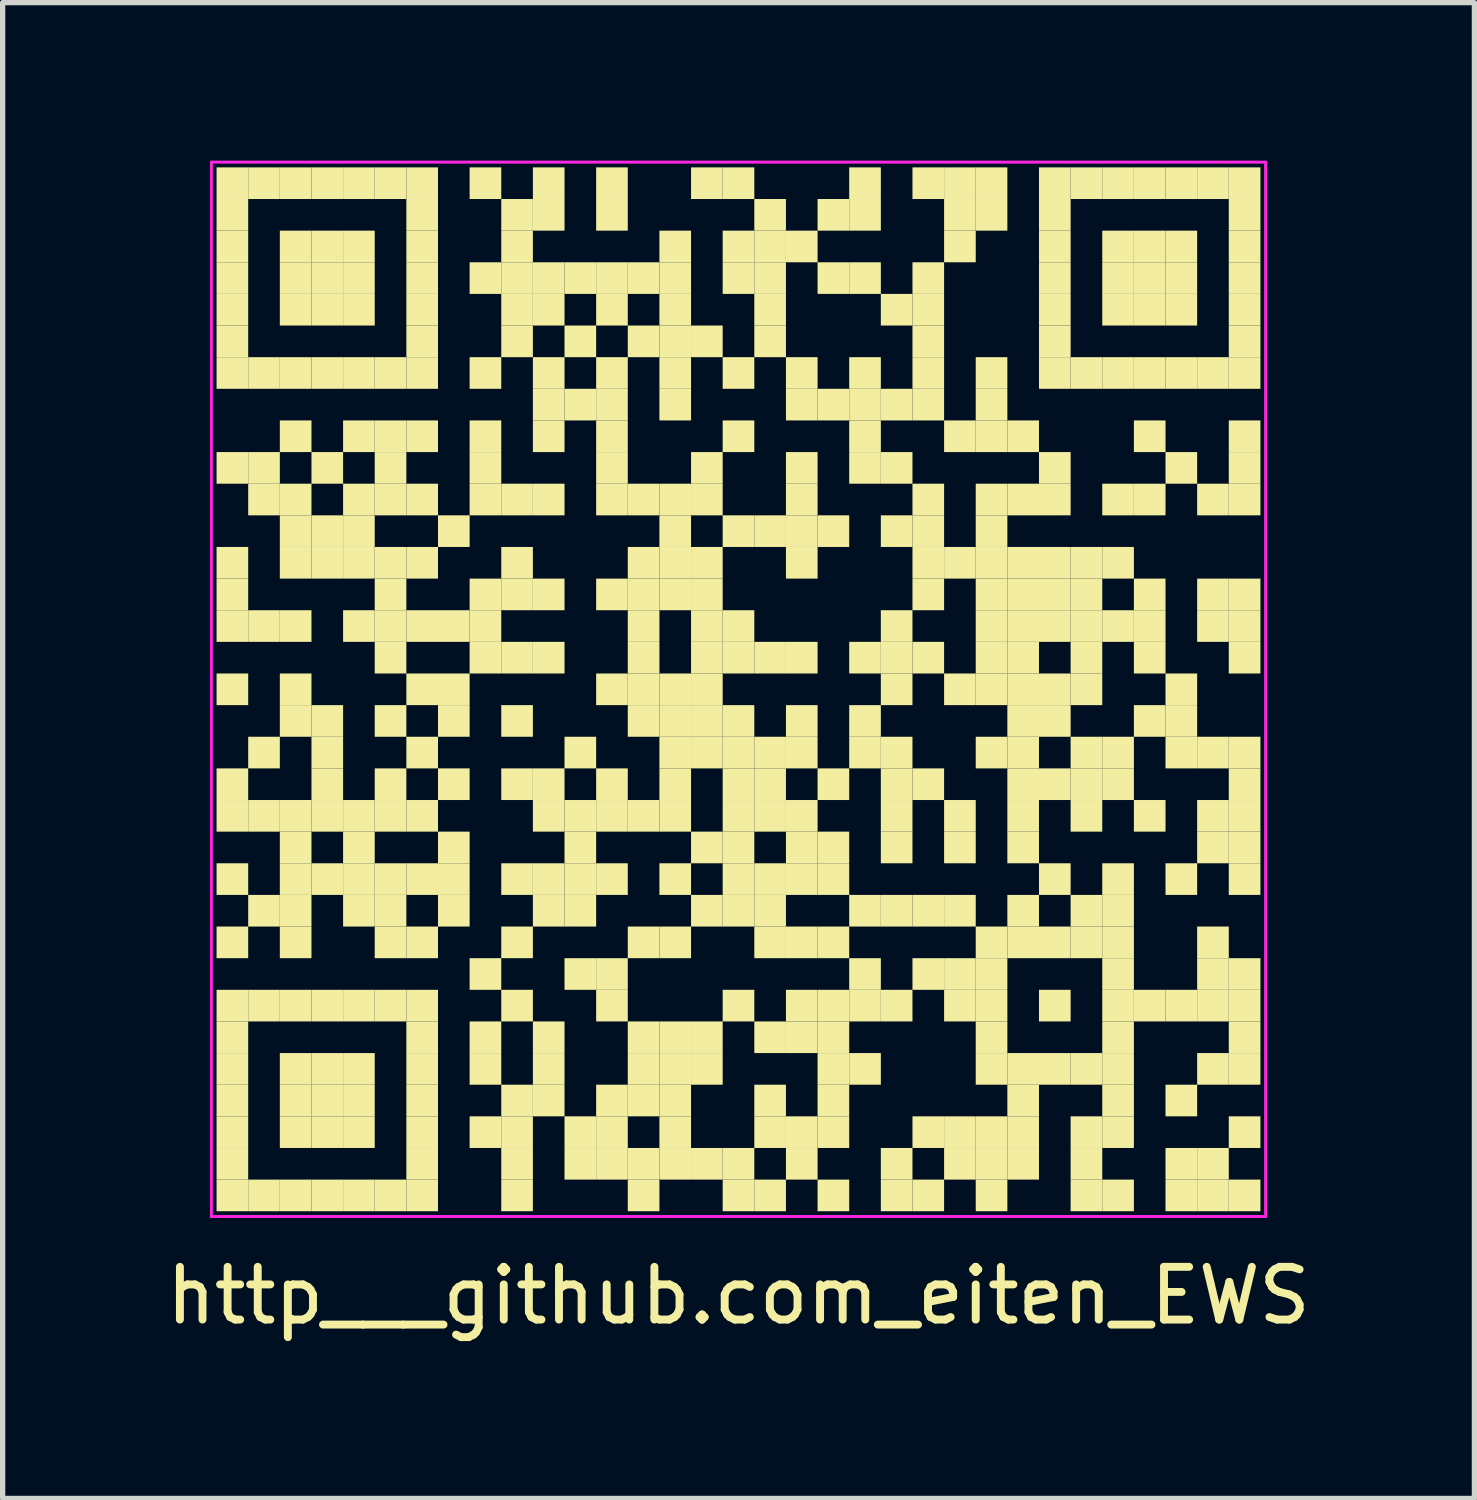
<source format=kicad_pcb>
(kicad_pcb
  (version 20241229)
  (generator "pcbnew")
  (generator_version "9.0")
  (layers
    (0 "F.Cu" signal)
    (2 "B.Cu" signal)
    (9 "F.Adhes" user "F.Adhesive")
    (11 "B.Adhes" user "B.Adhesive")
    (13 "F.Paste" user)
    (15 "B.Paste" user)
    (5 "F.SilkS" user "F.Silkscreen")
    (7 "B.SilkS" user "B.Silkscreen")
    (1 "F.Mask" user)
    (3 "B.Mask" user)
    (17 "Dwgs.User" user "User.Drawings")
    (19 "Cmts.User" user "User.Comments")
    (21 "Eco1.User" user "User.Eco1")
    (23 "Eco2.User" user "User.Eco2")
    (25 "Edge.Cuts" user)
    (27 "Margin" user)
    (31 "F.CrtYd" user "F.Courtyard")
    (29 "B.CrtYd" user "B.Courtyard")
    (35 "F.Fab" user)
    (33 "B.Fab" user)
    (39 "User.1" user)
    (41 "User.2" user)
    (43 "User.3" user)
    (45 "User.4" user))
  (footprint "http___github.com_eiten_EWS"
    (layer "F.Cu")
    (at 10.958 10.025)
    (property "Reference" "http___github.com_eiten_EWS" (at 0 11.5 0) (layer "F.SilkS") (effects (font (size 1 1) (thickness 0.15))))
    (fp_rect (start -9.9 -9.9) (end -9.3 -9.3) (stroke (width 0) (type default)) (fill yes) (layer "F.SilkS"))
    (fp_rect (start -9.9 -9.3) (end -9.3 -8.7) (stroke (width 0) (type default)) (fill yes) (layer "F.SilkS"))
    (fp_rect (start -9.9 -8.7) (end -9.3 -8.1) (stroke (width 0) (type default)) (fill yes) (layer "F.SilkS"))
    (fp_rect (start -9.9 -8.1) (end -9.3 -7.5) (stroke (width 0) (type default)) (fill yes) (layer "F.SilkS"))
    (fp_rect (start -9.9 -7.5) (end -9.3 -6.9) (stroke (width 0) (type default)) (fill yes) (layer "F.SilkS"))
    (fp_rect (start -9.9 -6.9) (end -9.3 -6.3) (stroke (width 0) (type default)) (fill yes) (layer "F.SilkS"))
    (fp_rect (start -9.9 -6.3) (end -9.3 -5.7) (stroke (width 0) (type default)) (fill yes) (layer "F.SilkS"))
    (fp_rect (start -9.9 -4.5) (end -9.3 -3.9) (stroke (width 0) (type default)) (fill yes) (layer "F.SilkS"))
    (fp_rect (start -9.9 -2.7) (end -9.3 -2.1) (stroke (width 0) (type default)) (fill yes) (layer "F.SilkS"))
    (fp_rect (start -9.9 -2.1) (end -9.3 -1.5) (stroke (width 0) (type default)) (fill yes) (layer "F.SilkS"))
    (fp_rect (start -9.9 -1.5) (end -9.3 -0.9) (stroke (width 0) (type default)) (fill yes) (layer "F.SilkS"))
    (fp_rect (start -9.9 -0.3) (end -9.3 0.3) (stroke (width 0) (type default)) (fill yes) (layer "F.SilkS"))
    (fp_rect (start -9.9 1.5) (end -9.3 2.1) (stroke (width 0) (type default)) (fill yes) (layer "F.SilkS"))
    (fp_rect (start -9.9 2.1) (end -9.3 2.7) (stroke (width 0) (type default)) (fill yes) (layer "F.SilkS"))
    (fp_rect (start -9.9 3.3) (end -9.3 3.9) (stroke (width 0) (type default)) (fill yes) (layer "F.SilkS"))
    (fp_rect (start -9.9 4.5) (end -9.3 5.1) (stroke (width 0) (type default)) (fill yes) (layer "F.SilkS"))
    (fp_rect (start -9.9 5.7) (end -9.3 6.3) (stroke (width 0) (type default)) (fill yes) (layer "F.SilkS"))
    (fp_rect (start -9.9 6.3) (end -9.3 6.9) (stroke (width 0) (type default)) (fill yes) (layer "F.SilkS"))
    (fp_rect (start -9.9 6.9) (end -9.3 7.5) (stroke (width 0) (type default)) (fill yes) (layer "F.SilkS"))
    (fp_rect (start -9.9 7.5) (end -9.3 8.1) (stroke (width 0) (type default)) (fill yes) (layer "F.SilkS"))
    (fp_rect (start -9.9 8.1) (end -9.3 8.7) (stroke (width 0) (type default)) (fill yes) (layer "F.SilkS"))
    (fp_rect (start -9.9 8.7) (end -9.3 9.3) (stroke (width 0) (type default)) (fill yes) (layer "F.SilkS"))
    (fp_rect (start -9.9 9.3) (end -9.3 9.9) (stroke (width 0) (type default)) (fill yes) (layer "F.SilkS"))
    (fp_rect (start -9.3 -9.9) (end -8.7 -9.3) (stroke (width 0) (type default)) (fill yes) (layer "F.SilkS"))
    (fp_rect (start -9.3 -6.3) (end -8.7 -5.7) (stroke (width 0) (type default)) (fill yes) (layer "F.SilkS"))
    (fp_rect (start -9.3 -4.5) (end -8.7 -3.9) (stroke (width 0) (type default)) (fill yes) (layer "F.SilkS"))
    (fp_rect (start -9.3 -3.9) (end -8.7 -3.3) (stroke (width 0) (type default)) (fill yes) (layer "F.SilkS"))
    (fp_rect (start -9.3 -1.5) (end -8.7 -0.9) (stroke (width 0) (type default)) (fill yes) (layer "F.SilkS"))
    (fp_rect (start -9.3 0.9) (end -8.7 1.5) (stroke (width 0) (type default)) (fill yes) (layer "F.SilkS"))
    (fp_rect (start -9.3 2.1) (end -8.7 2.7) (stroke (width 0) (type default)) (fill yes) (layer "F.SilkS"))
    (fp_rect (start -9.3 3.9) (end -8.7 4.5) (stroke (width 0) (type default)) (fill yes) (layer "F.SilkS"))
    (fp_rect (start -9.3 5.7) (end -8.7 6.3) (stroke (width 0) (type default)) (fill yes) (layer "F.SilkS"))
    (fp_rect (start -9.3 9.3) (end -8.7 9.9) (stroke (width 0) (type default)) (fill yes) (layer "F.SilkS"))
    (fp_rect (start -8.7 -9.9) (end -8.1 -9.3) (stroke (width 0) (type default)) (fill yes) (layer "F.SilkS"))
    (fp_rect (start -8.7 -8.7) (end -8.1 -8.1) (stroke (width 0) (type default)) (fill yes) (layer "F.SilkS"))
    (fp_rect (start -8.7 -8.1) (end -8.1 -7.5) (stroke (width 0) (type default)) (fill yes) (layer "F.SilkS"))
    (fp_rect (start -8.7 -7.5) (end -8.1 -6.9) (stroke (width 0) (type default)) (fill yes) (layer "F.SilkS"))
    (fp_rect (start -8.7 -6.3) (end -8.1 -5.7) (stroke (width 0) (type default)) (fill yes) (layer "F.SilkS"))
    (fp_rect (start -8.7 -5.1) (end -8.1 -4.5) (stroke (width 0) (type default)) (fill yes) (layer "F.SilkS"))
    (fp_rect (start -8.7 -3.9) (end -8.1 -3.3) (stroke (width 0) (type default)) (fill yes) (layer "F.SilkS"))
    (fp_rect (start -8.7 -3.3) (end -8.1 -2.7) (stroke (width 0) (type default)) (fill yes) (layer "F.SilkS"))
    (fp_rect (start -8.7 -2.7) (end -8.1 -2.1) (stroke (width 0) (type default)) (fill yes) (layer "F.SilkS"))
    (fp_rect (start -8.7 -1.5) (end -8.1 -0.9) (stroke (width 0) (type default)) (fill yes) (layer "F.SilkS"))
    (fp_rect (start -8.7 -0.3) (end -8.1 0.3) (stroke (width 0) (type default)) (fill yes) (layer "F.SilkS"))
    (fp_rect (start -8.7 0.3) (end -8.1 0.9) (stroke (width 0) (type default)) (fill yes) (layer "F.SilkS"))
    (fp_rect (start -8.7 2.1) (end -8.1 2.7) (stroke (width 0) (type default)) (fill yes) (layer "F.SilkS"))
    (fp_rect (start -8.7 2.7) (end -8.1 3.3) (stroke (width 0) (type default)) (fill yes) (layer "F.SilkS"))
    (fp_rect (start -8.7 3.3) (end -8.1 3.9) (stroke (width 0) (type default)) (fill yes) (layer "F.SilkS"))
    (fp_rect (start -8.7 3.9) (end -8.1 4.5) (stroke (width 0) (type default)) (fill yes) (layer "F.SilkS"))
    (fp_rect (start -8.7 4.5) (end -8.1 5.1) (stroke (width 0) (type default)) (fill yes) (layer "F.SilkS"))
    (fp_rect (start -8.7 5.7) (end -8.1 6.3) (stroke (width 0) (type default)) (fill yes) (layer "F.SilkS"))
    (fp_rect (start -8.7 6.9) (end -8.1 7.5) (stroke (width 0) (type default)) (fill yes) (layer "F.SilkS"))
    (fp_rect (start -8.7 7.5) (end -8.1 8.1) (stroke (width 0) (type default)) (fill yes) (layer "F.SilkS"))
    (fp_rect (start -8.7 8.1) (end -8.1 8.7) (stroke (width 0) (type default)) (fill yes) (layer "F.SilkS"))
    (fp_rect (start -8.7 9.3) (end -8.1 9.9) (stroke (width 0) (type default)) (fill yes) (layer "F.SilkS"))
    (fp_rect (start -8.1 -9.9) (end -7.5 -9.3) (stroke (width 0) (type default)) (fill yes) (layer "F.SilkS"))
    (fp_rect (start -8.1 -8.7) (end -7.5 -8.1) (stroke (width 0) (type default)) (fill yes) (layer "F.SilkS"))
    (fp_rect (start -8.1 -8.1) (end -7.5 -7.5) (stroke (width 0) (type default)) (fill yes) (layer "F.SilkS"))
    (fp_rect (start -8.1 -7.5) (end -7.5 -6.9) (stroke (width 0) (type default)) (fill yes) (layer "F.SilkS"))
    (fp_rect (start -8.1 -6.3) (end -7.5 -5.7) (stroke (width 0) (type default)) (fill yes) (layer "F.SilkS"))
    (fp_rect (start -8.1 -4.5) (end -7.5 -3.9) (stroke (width 0) (type default)) (fill yes) (layer "F.SilkS"))
    (fp_rect (start -8.1 -3.3) (end -7.5 -2.7) (stroke (width 0) (type default)) (fill yes) (layer "F.SilkS"))
    (fp_rect (start -8.1 -2.7) (end -7.5 -2.1) (stroke (width 0) (type default)) (fill yes) (layer "F.SilkS"))
    (fp_rect (start -8.1 0.3) (end -7.5 0.9) (stroke (width 0) (type default)) (fill yes) (layer "F.SilkS"))
    (fp_rect (start -8.1 0.9) (end -7.5 1.5) (stroke (width 0) (type default)) (fill yes) (layer "F.SilkS"))
    (fp_rect (start -8.1 1.5) (end -7.5 2.1) (stroke (width 0) (type default)) (fill yes) (layer "F.SilkS"))
    (fp_rect (start -8.1 2.1) (end -7.5 2.7) (stroke (width 0) (type default)) (fill yes) (layer "F.SilkS"))
    (fp_rect (start -8.1 3.3) (end -7.5 3.9) (stroke (width 0) (type default)) (fill yes) (layer "F.SilkS"))
    (fp_rect (start -8.1 5.7) (end -7.5 6.3) (stroke (width 0) (type default)) (fill yes) (layer "F.SilkS"))
    (fp_rect (start -8.1 6.9) (end -7.5 7.5) (stroke (width 0) (type default)) (fill yes) (layer "F.SilkS"))
    (fp_rect (start -8.1 7.5) (end -7.5 8.1) (stroke (width 0) (type default)) (fill yes) (layer "F.SilkS"))
    (fp_rect (start -8.1 8.1) (end -7.5 8.7) (stroke (width 0) (type default)) (fill yes) (layer "F.SilkS"))
    (fp_rect (start -8.1 9.3) (end -7.5 9.9) (stroke (width 0) (type default)) (fill yes) (layer "F.SilkS"))
    (fp_rect (start -7.5 -9.9) (end -6.9 -9.3) (stroke (width 0) (type default)) (fill yes) (layer "F.SilkS"))
    (fp_rect (start -7.5 -8.7) (end -6.9 -8.1) (stroke (width 0) (type default)) (fill yes) (layer "F.SilkS"))
    (fp_rect (start -7.5 -8.1) (end -6.9 -7.5) (stroke (width 0) (type default)) (fill yes) (layer "F.SilkS"))
    (fp_rect (start -7.5 -7.5) (end -6.9 -6.9) (stroke (width 0) (type default)) (fill yes) (layer "F.SilkS"))
    (fp_rect (start -7.5 -6.3) (end -6.9 -5.7) (stroke (width 0) (type default)) (fill yes) (layer "F.SilkS"))
    (fp_rect (start -7.5 -5.1) (end -6.9 -4.5) (stroke (width 0) (type default)) (fill yes) (layer "F.SilkS"))
    (fp_rect (start -7.5 -3.9) (end -6.9 -3.3) (stroke (width 0) (type default)) (fill yes) (layer "F.SilkS"))
    (fp_rect (start -7.5 -3.3) (end -6.9 -2.7) (stroke (width 0) (type default)) (fill yes) (layer "F.SilkS"))
    (fp_rect (start -7.5 -2.7) (end -6.9 -2.1) (stroke (width 0) (type default)) (fill yes) (layer "F.SilkS"))
    (fp_rect (start -7.5 -1.5) (end -6.9 -0.9) (stroke (width 0) (type default)) (fill yes) (layer "F.SilkS"))
    (fp_rect (start -7.5 2.1) (end -6.9 2.7) (stroke (width 0) (type default)) (fill yes) (layer "F.SilkS"))
    (fp_rect (start -7.5 2.7) (end -6.9 3.3) (stroke (width 0) (type default)) (fill yes) (layer "F.SilkS"))
    (fp_rect (start -7.5 3.3) (end -6.9 3.9) (stroke (width 0) (type default)) (fill yes) (layer "F.SilkS"))
    (fp_rect (start -7.5 3.9) (end -6.9 4.5) (stroke (width 0) (type default)) (fill yes) (layer "F.SilkS"))
    (fp_rect (start -7.5 5.7) (end -6.9 6.3) (stroke (width 0) (type default)) (fill yes) (layer "F.SilkS"))
    (fp_rect (start -7.5 6.9) (end -6.9 7.5) (stroke (width 0) (type default)) (fill yes) (layer "F.SilkS"))
    (fp_rect (start -7.5 7.5) (end -6.9 8.1) (stroke (width 0) (type default)) (fill yes) (layer "F.SilkS"))
    (fp_rect (start -7.5 8.1) (end -6.9 8.7) (stroke (width 0) (type default)) (fill yes) (layer "F.SilkS"))
    (fp_rect (start -7.5 9.3) (end -6.9 9.9) (stroke (width 0) (type default)) (fill yes) (layer "F.SilkS"))
    (fp_rect (start -6.9 -9.9) (end -6.3 -9.3) (stroke (width 0) (type default)) (fill yes) (layer "F.SilkS"))
    (fp_rect (start -6.9 -6.3) (end -6.3 -5.7) (stroke (width 0) (type default)) (fill yes) (layer "F.SilkS"))
    (fp_rect (start -6.9 -5.1) (end -6.3 -4.5) (stroke (width 0) (type default)) (fill yes) (layer "F.SilkS"))
    (fp_rect (start -6.9 -4.5) (end -6.3 -3.9) (stroke (width 0) (type default)) (fill yes) (layer "F.SilkS"))
    (fp_rect (start -6.9 -3.9) (end -6.3 -3.3) (stroke (width 0) (type default)) (fill yes) (layer "F.SilkS"))
    (fp_rect (start -6.9 -2.7) (end -6.3 -2.1) (stroke (width 0) (type default)) (fill yes) (layer "F.SilkS"))
    (fp_rect (start -6.9 -2.1) (end -6.3 -1.5) (stroke (width 0) (type default)) (fill yes) (layer "F.SilkS"))
    (fp_rect (start -6.9 -1.5) (end -6.3 -0.9) (stroke (width 0) (type default)) (fill yes) (layer "F.SilkS"))
    (fp_rect (start -6.9 -0.9) (end -6.3 -0.3) (stroke (width 0) (type default)) (fill yes) (layer "F.SilkS"))
    (fp_rect (start -6.9 0.3) (end -6.3 0.9) (stroke (width 0) (type default)) (fill yes) (layer "F.SilkS"))
    (fp_rect (start -6.9 1.5) (end -6.3 2.1) (stroke (width 0) (type default)) (fill yes) (layer "F.SilkS"))
    (fp_rect (start -6.9 2.1) (end -6.3 2.7) (stroke (width 0) (type default)) (fill yes) (layer "F.SilkS"))
    (fp_rect (start -6.9 3.3) (end -6.3 3.9) (stroke (width 0) (type default)) (fill yes) (layer "F.SilkS"))
    (fp_rect (start -6.9 3.9) (end -6.3 4.5) (stroke (width 0) (type default)) (fill yes) (layer "F.SilkS"))
    (fp_rect (start -6.9 4.5) (end -6.3 5.1) (stroke (width 0) (type default)) (fill yes) (layer "F.SilkS"))
    (fp_rect (start -6.9 5.7) (end -6.3 6.3) (stroke (width 0) (type default)) (fill yes) (layer "F.SilkS"))
    (fp_rect (start -6.9 9.3) (end -6.3 9.9) (stroke (width 0) (type default)) (fill yes) (layer "F.SilkS"))
    (fp_rect (start -6.3 -9.9) (end -5.7 -9.3) (stroke (width 0) (type default)) (fill yes) (layer "F.SilkS"))
    (fp_rect (start -6.3 -9.3) (end -5.7 -8.7) (stroke (width 0) (type default)) (fill yes) (layer "F.SilkS"))
    (fp_rect (start -6.3 -8.7) (end -5.7 -8.1) (stroke (width 0) (type default)) (fill yes) (layer "F.SilkS"))
    (fp_rect (start -6.3 -8.1) (end -5.7 -7.5) (stroke (width 0) (type default)) (fill yes) (layer "F.SilkS"))
    (fp_rect (start -6.3 -7.5) (end -5.7 -6.9) (stroke (width 0) (type default)) (fill yes) (layer "F.SilkS"))
    (fp_rect (start -6.3 -6.9) (end -5.7 -6.3) (stroke (width 0) (type default)) (fill yes) (layer "F.SilkS"))
    (fp_rect (start -6.3 -6.3) (end -5.7 -5.7) (stroke (width 0) (type default)) (fill yes) (layer "F.SilkS"))
    (fp_rect (start -6.3 -5.1) (end -5.7 -4.5) (stroke (width 0) (type default)) (fill yes) (layer "F.SilkS"))
    (fp_rect (start -6.3 -3.9) (end -5.7 -3.3) (stroke (width 0) (type default)) (fill yes) (layer "F.SilkS"))
    (fp_rect (start -6.3 -2.7) (end -5.7 -2.1) (stroke (width 0) (type default)) (fill yes) (layer "F.SilkS"))
    (fp_rect (start -6.3 -1.5) (end -5.7 -0.9) (stroke (width 0) (type default)) (fill yes) (layer "F.SilkS"))
    (fp_rect (start -6.3 -0.3) (end -5.7 0.3) (stroke (width 0) (type default)) (fill yes) (layer "F.SilkS"))
    (fp_rect (start -6.3 0.9) (end -5.7 1.5) (stroke (width 0) (type default)) (fill yes) (layer "F.SilkS"))
    (fp_rect (start -6.3 2.1) (end -5.7 2.7) (stroke (width 0) (type default)) (fill yes) (layer "F.SilkS"))
    (fp_rect (start -6.3 3.3) (end -5.7 3.9) (stroke (width 0) (type default)) (fill yes) (layer "F.SilkS"))
    (fp_rect (start -6.3 4.5) (end -5.7 5.1) (stroke (width 0) (type default)) (fill yes) (layer "F.SilkS"))
    (fp_rect (start -6.3 5.7) (end -5.7 6.3) (stroke (width 0) (type default)) (fill yes) (layer "F.SilkS"))
    (fp_rect (start -6.3 6.3) (end -5.7 6.9) (stroke (width 0) (type default)) (fill yes) (layer "F.SilkS"))
    (fp_rect (start -6.3 6.9) (end -5.7 7.5) (stroke (width 0) (type default)) (fill yes) (layer "F.SilkS"))
    (fp_rect (start -6.3 7.5) (end -5.7 8.1) (stroke (width 0) (type default)) (fill yes) (layer "F.SilkS"))
    (fp_rect (start -6.3 8.1) (end -5.7 8.7) (stroke (width 0) (type default)) (fill yes) (layer "F.SilkS"))
    (fp_rect (start -6.3 8.7) (end -5.7 9.3) (stroke (width 0) (type default)) (fill yes) (layer "F.SilkS"))
    (fp_rect (start -6.3 9.3) (end -5.7 9.9) (stroke (width 0) (type default)) (fill yes) (layer "F.SilkS"))
    (fp_rect (start -5.7 -3.3) (end -5.1 -2.7) (stroke (width 0) (type default)) (fill yes) (layer "F.SilkS"))
    (fp_rect (start -5.7 -1.5) (end -5.1 -0.9) (stroke (width 0) (type default)) (fill yes) (layer "F.SilkS"))
    (fp_rect (start -5.7 -0.3) (end -5.1 0.3) (stroke (width 0) (type default)) (fill yes) (layer "F.SilkS"))
    (fp_rect (start -5.7 0.3) (end -5.1 0.9) (stroke (width 0) (type default)) (fill yes) (layer "F.SilkS"))
    (fp_rect (start -5.7 1.5) (end -5.1 2.1) (stroke (width 0) (type default)) (fill yes) (layer "F.SilkS"))
    (fp_rect (start -5.7 2.7) (end -5.1 3.3) (stroke (width 0) (type default)) (fill yes) (layer "F.SilkS"))
    (fp_rect (start -5.7 3.3) (end -5.1 3.9) (stroke (width 0) (type default)) (fill yes) (layer "F.SilkS"))
    (fp_rect (start -5.7 3.9) (end -5.1 4.5) (stroke (width 0) (type default)) (fill yes) (layer "F.SilkS"))
    (fp_rect (start -5.1 -9.9) (end -4.5 -9.3) (stroke (width 0) (type default)) (fill yes) (layer "F.SilkS"))
    (fp_rect (start -5.1 -8.1) (end -4.5 -7.5) (stroke (width 0) (type default)) (fill yes) (layer "F.SilkS"))
    (fp_rect (start -5.1 -6.3) (end -4.5 -5.7) (stroke (width 0) (type default)) (fill yes) (layer "F.SilkS"))
    (fp_rect (start -5.1 -5.1) (end -4.5 -4.5) (stroke (width 0) (type default)) (fill yes) (layer "F.SilkS"))
    (fp_rect (start -5.1 -4.5) (end -4.5 -3.9) (stroke (width 0) (type default)) (fill yes) (layer "F.SilkS"))
    (fp_rect (start -5.1 -3.9) (end -4.5 -3.3) (stroke (width 0) (type default)) (fill yes) (layer "F.SilkS"))
    (fp_rect (start -5.1 -2.1) (end -4.5 -1.5) (stroke (width 0) (type default)) (fill yes) (layer "F.SilkS"))
    (fp_rect (start -5.1 -1.5) (end -4.5 -0.9) (stroke (width 0) (type default)) (fill yes) (layer "F.SilkS"))
    (fp_rect (start -5.1 -0.9) (end -4.5 -0.3) (stroke (width 0) (type default)) (fill yes) (layer "F.SilkS"))
    (fp_rect (start -5.1 5.1) (end -4.5 5.7) (stroke (width 0) (type default)) (fill yes) (layer "F.SilkS"))
    (fp_rect (start -5.1 6.3) (end -4.5 6.9) (stroke (width 0) (type default)) (fill yes) (layer "F.SilkS"))
    (fp_rect (start -5.1 6.9) (end -4.5 7.5) (stroke (width 0) (type default)) (fill yes) (layer "F.SilkS"))
    (fp_rect (start -5.1 8.1) (end -4.5 8.7) (stroke (width 0) (type default)) (fill yes) (layer "F.SilkS"))
    (fp_rect (start -4.5 -9.3) (end -3.9 -8.7) (stroke (width 0) (type default)) (fill yes) (layer "F.SilkS"))
    (fp_rect (start -4.5 -8.7) (end -3.9 -8.1) (stroke (width 0) (type default)) (fill yes) (layer "F.SilkS"))
    (fp_rect (start -4.5 -8.1) (end -3.9 -7.5) (stroke (width 0) (type default)) (fill yes) (layer "F.SilkS"))
    (fp_rect (start -4.5 -7.5) (end -3.9 -6.9) (stroke (width 0) (type default)) (fill yes) (layer "F.SilkS"))
    (fp_rect (start -4.5 -6.9) (end -3.9 -6.3) (stroke (width 0) (type default)) (fill yes) (layer "F.SilkS"))
    (fp_rect (start -4.5 -3.9) (end -3.9 -3.3) (stroke (width 0) (type default)) (fill yes) (layer "F.SilkS"))
    (fp_rect (start -4.5 -2.7) (end -3.9 -2.1) (stroke (width 0) (type default)) (fill yes) (layer "F.SilkS"))
    (fp_rect (start -4.5 -2.1) (end -3.9 -1.5) (stroke (width 0) (type default)) (fill yes) (layer "F.SilkS"))
    (fp_rect (start -4.5 -0.9) (end -3.9 -0.3) (stroke (width 0) (type default)) (fill yes) (layer "F.SilkS"))
    (fp_rect (start -4.5 0.3) (end -3.9 0.9) (stroke (width 0) (type default)) (fill yes) (layer "F.SilkS"))
    (fp_rect (start -4.5 1.5) (end -3.9 2.1) (stroke (width 0) (type default)) (fill yes) (layer "F.SilkS"))
    (fp_rect (start -4.5 3.3) (end -3.9 3.9) (stroke (width 0) (type default)) (fill yes) (layer "F.SilkS"))
    (fp_rect (start -4.5 4.5) (end -3.9 5.1) (stroke (width 0) (type default)) (fill yes) (layer "F.SilkS"))
    (fp_rect (start -4.5 5.7) (end -3.9 6.3) (stroke (width 0) (type default)) (fill yes) (layer "F.SilkS"))
    (fp_rect (start -4.5 7.5) (end -3.9 8.1) (stroke (width 0) (type default)) (fill yes) (layer "F.SilkS"))
    (fp_rect (start -4.5 8.1) (end -3.9 8.7) (stroke (width 0) (type default)) (fill yes) (layer "F.SilkS"))
    (fp_rect (start -4.5 8.7) (end -3.9 9.3) (stroke (width 0) (type default)) (fill yes) (layer "F.SilkS"))
    (fp_rect (start -4.5 9.3) (end -3.9 9.9) (stroke (width 0) (type default)) (fill yes) (layer "F.SilkS"))
    (fp_rect (start -3.9 -9.9) (end -3.3 -9.3) (stroke (width 0) (type default)) (fill yes) (layer "F.SilkS"))
    (fp_rect (start -3.9 -9.3) (end -3.3 -8.7) (stroke (width 0) (type default)) (fill yes) (layer "F.SilkS"))
    (fp_rect (start -3.9 -8.1) (end -3.3 -7.5) (stroke (width 0) (type default)) (fill yes) (layer "F.SilkS"))
    (fp_rect (start -3.9 -7.5) (end -3.3 -6.9) (stroke (width 0) (type default)) (fill yes) (layer "F.SilkS"))
    (fp_rect (start -3.9 -6.3) (end -3.3 -5.7) (stroke (width 0) (type default)) (fill yes) (layer "F.SilkS"))
    (fp_rect (start -3.9 -5.7) (end -3.3 -5.1) (stroke (width 0) (type default)) (fill yes) (layer "F.SilkS"))
    (fp_rect (start -3.9 -5.1) (end -3.3 -4.5) (stroke (width 0) (type default)) (fill yes) (layer "F.SilkS"))
    (fp_rect (start -3.9 -3.9) (end -3.3 -3.3) (stroke (width 0) (type default)) (fill yes) (layer "F.SilkS"))
    (fp_rect (start -3.9 -2.1) (end -3.3 -1.5) (stroke (width 0) (type default)) (fill yes) (layer "F.SilkS"))
    (fp_rect (start -3.9 -0.9) (end -3.3 -0.3) (stroke (width 0) (type default)) (fill yes) (layer "F.SilkS"))
    (fp_rect (start -3.9 1.5) (end -3.3 2.1) (stroke (width 0) (type default)) (fill yes) (layer "F.SilkS"))
    (fp_rect (start -3.9 2.1) (end -3.3 2.7) (stroke (width 0) (type default)) (fill yes) (layer "F.SilkS"))
    (fp_rect (start -3.9 3.3) (end -3.3 3.9) (stroke (width 0) (type default)) (fill yes) (layer "F.SilkS"))
    (fp_rect (start -3.9 3.9) (end -3.3 4.5) (stroke (width 0) (type default)) (fill yes) (layer "F.SilkS"))
    (fp_rect (start -3.9 6.3) (end -3.3 6.9) (stroke (width 0) (type default)) (fill yes) (layer "F.SilkS"))
    (fp_rect (start -3.9 6.9) (end -3.3 7.5) (stroke (width 0) (type default)) (fill yes) (layer "F.SilkS"))
    (fp_rect (start -3.9 7.5) (end -3.3 8.1) (stroke (width 0) (type default)) (fill yes) (layer "F.SilkS"))
    (fp_rect (start -3.3 -8.1) (end -2.7 -7.5) (stroke (width 0) (type default)) (fill yes) (layer "F.SilkS"))
    (fp_rect (start -3.3 -6.9) (end -2.7 -6.3) (stroke (width 0) (type default)) (fill yes) (layer "F.SilkS"))
    (fp_rect (start -3.3 -5.7) (end -2.7 -5.1) (stroke (width 0) (type default)) (fill yes) (layer "F.SilkS"))
    (fp_rect (start -3.3 0.9) (end -2.7 1.5) (stroke (width 0) (type default)) (fill yes) (layer "F.SilkS"))
    (fp_rect (start -3.3 2.1) (end -2.7 2.7) (stroke (width 0) (type default)) (fill yes) (layer "F.SilkS"))
    (fp_rect (start -3.3 2.7) (end -2.7 3.3) (stroke (width 0) (type default)) (fill yes) (layer "F.SilkS"))
    (fp_rect (start -3.3 3.3) (end -2.7 3.9) (stroke (width 0) (type default)) (fill yes) (layer "F.SilkS"))
    (fp_rect (start -3.3 3.9) (end -2.7 4.5) (stroke (width 0) (type default)) (fill yes) (layer "F.SilkS"))
    (fp_rect (start -3.3 5.1) (end -2.7 5.7) (stroke (width 0) (type default)) (fill yes) (layer "F.SilkS"))
    (fp_rect (start -3.3 8.1) (end -2.7 8.7) (stroke (width 0) (type default)) (fill yes) (layer "F.SilkS"))
    (fp_rect (start -3.3 8.7) (end -2.7 9.3) (stroke (width 0) (type default)) (fill yes) (layer "F.SilkS"))
    (fp_rect (start -2.7 -9.9) (end -2.1 -9.3) (stroke (width 0) (type default)) (fill yes) (layer "F.SilkS"))
    (fp_rect (start -2.7 -9.3) (end -2.1 -8.7) (stroke (width 0) (type default)) (fill yes) (layer "F.SilkS"))
    (fp_rect (start -2.7 -8.1) (end -2.1 -7.5) (stroke (width 0) (type default)) (fill yes) (layer "F.SilkS"))
    (fp_rect (start -2.7 -7.5) (end -2.1 -6.9) (stroke (width 0) (type default)) (fill yes) (layer "F.SilkS"))
    (fp_rect (start -2.7 -6.3) (end -2.1 -5.7) (stroke (width 0) (type default)) (fill yes) (layer "F.SilkS"))
    (fp_rect (start -2.7 -5.7) (end -2.1 -5.1) (stroke (width 0) (type default)) (fill yes) (layer "F.SilkS"))
    (fp_rect (start -2.7 -5.1) (end -2.1 -4.5) (stroke (width 0) (type default)) (fill yes) (layer "F.SilkS"))
    (fp_rect (start -2.7 -4.5) (end -2.1 -3.9) (stroke (width 0) (type default)) (fill yes) (layer "F.SilkS"))
    (fp_rect (start -2.7 -3.9) (end -2.1 -3.3) (stroke (width 0) (type default)) (fill yes) (layer "F.SilkS"))
    (fp_rect (start -2.7 -2.1) (end -2.1 -1.5) (stroke (width 0) (type default)) (fill yes) (layer "F.SilkS"))
    (fp_rect (start -2.7 -0.3) (end -2.1 0.3) (stroke (width 0) (type default)) (fill yes) (layer "F.SilkS"))
    (fp_rect (start -2.7 1.5) (end -2.1 2.1) (stroke (width 0) (type default)) (fill yes) (layer "F.SilkS"))
    (fp_rect (start -2.7 2.1) (end -2.1 2.7) (stroke (width 0) (type default)) (fill yes) (layer "F.SilkS"))
    (fp_rect (start -2.7 3.3) (end -2.1 3.9) (stroke (width 0) (type default)) (fill yes) (layer "F.SilkS"))
    (fp_rect (start -2.7 5.1) (end -2.1 5.7) (stroke (width 0) (type default)) (fill yes) (layer "F.SilkS"))
    (fp_rect (start -2.7 5.7) (end -2.1 6.3) (stroke (width 0) (type default)) (fill yes) (layer "F.SilkS"))
    (fp_rect (start -2.7 7.5) (end -2.1 8.1) (stroke (width 0) (type default)) (fill yes) (layer "F.SilkS"))
    (fp_rect (start -2.7 8.1) (end -2.1 8.7) (stroke (width 0) (type default)) (fill yes) (layer "F.SilkS"))
    (fp_rect (start -2.7 8.7) (end -2.1 9.3) (stroke (width 0) (type default)) (fill yes) (layer "F.SilkS"))
    (fp_rect (start -2.1 -8.1) (end -1.5 -7.5) (stroke (width 0) (type default)) (fill yes) (layer "F.SilkS"))
    (fp_rect (start -2.1 -6.9) (end -1.5 -6.3) (stroke (width 0) (type default)) (fill yes) (layer "F.SilkS"))
    (fp_rect (start -2.1 -3.9) (end -1.5 -3.3) (stroke (width 0) (type default)) (fill yes) (layer "F.SilkS"))
    (fp_rect (start -2.1 -2.7) (end -1.5 -2.1) (stroke (width 0) (type default)) (fill yes) (layer "F.SilkS"))
    (fp_rect (start -2.1 -2.1) (end -1.5 -1.5) (stroke (width 0) (type default)) (fill yes) (layer "F.SilkS"))
    (fp_rect (start -2.1 -1.5) (end -1.5 -0.9) (stroke (width 0) (type default)) (fill yes) (layer "F.SilkS"))
    (fp_rect (start -2.1 -0.9) (end -1.5 -0.3) (stroke (width 0) (type default)) (fill yes) (layer "F.SilkS"))
    (fp_rect (start -2.1 -0.3) (end -1.5 0.3) (stroke (width 0) (type default)) (fill yes) (layer "F.SilkS"))
    (fp_rect (start -2.1 0.3) (end -1.5 0.9) (stroke (width 0) (type default)) (fill yes) (layer "F.SilkS"))
    (fp_rect (start -2.1 2.1) (end -1.5 2.7) (stroke (width 0) (type default)) (fill yes) (layer "F.SilkS"))
    (fp_rect (start -2.1 4.5) (end -1.5 5.1) (stroke (width 0) (type default)) (fill yes) (layer "F.SilkS"))
    (fp_rect (start -2.1 6.3) (end -1.5 6.9) (stroke (width 0) (type default)) (fill yes) (layer "F.SilkS"))
    (fp_rect (start -2.1 6.9) (end -1.5 7.5) (stroke (width 0) (type default)) (fill yes) (layer "F.SilkS"))
    (fp_rect (start -2.1 7.5) (end -1.5 8.1) (stroke (width 0) (type default)) (fill yes) (layer "F.SilkS"))
    (fp_rect (start -2.1 8.7) (end -1.5 9.3) (stroke (width 0) (type default)) (fill yes) (layer "F.SilkS"))
    (fp_rect (start -2.1 9.3) (end -1.5 9.9) (stroke (width 0) (type default)) (fill yes) (layer "F.SilkS"))
    (fp_rect (start -1.5 -8.7) (end -0.9 -8.1) (stroke (width 0) (type default)) (fill yes) (layer "F.SilkS"))
    (fp_rect (start -1.5 -8.1) (end -0.9 -7.5) (stroke (width 0) (type default)) (fill yes) (layer "F.SilkS"))
    (fp_rect (start -1.5 -7.5) (end -0.9 -6.9) (stroke (width 0) (type default)) (fill yes) (layer "F.SilkS"))
    (fp_rect (start -1.5 -6.9) (end -0.9 -6.3) (stroke (width 0) (type default)) (fill yes) (layer "F.SilkS"))
    (fp_rect (start -1.5 -6.3) (end -0.9 -5.7) (stroke (width 0) (type default)) (fill yes) (layer "F.SilkS"))
    (fp_rect (start -1.5 -5.7) (end -0.9 -5.1) (stroke (width 0) (type default)) (fill yes) (layer "F.SilkS"))
    (fp_rect (start -1.5 -3.9) (end -0.9 -3.3) (stroke (width 0) (type default)) (fill yes) (layer "F.SilkS"))
    (fp_rect (start -1.5 -3.3) (end -0.9 -2.7) (stroke (width 0) (type default)) (fill yes) (layer "F.SilkS"))
    (fp_rect (start -1.5 -2.7) (end -0.9 -2.1) (stroke (width 0) (type default)) (fill yes) (layer "F.SilkS"))
    (fp_rect (start -1.5 -2.1) (end -0.9 -1.5) (stroke (width 0) (type default)) (fill yes) (layer "F.SilkS"))
    (fp_rect (start -1.5 -0.3) (end -0.9 0.3) (stroke (width 0) (type default)) (fill yes) (layer "F.SilkS"))
    (fp_rect (start -1.5 0.3) (end -0.9 0.9) (stroke (width 0) (type default)) (fill yes) (layer "F.SilkS"))
    (fp_rect (start -1.5 0.9) (end -0.9 1.5) (stroke (width 0) (type default)) (fill yes) (layer "F.SilkS"))
    (fp_rect (start -1.5 1.5) (end -0.9 2.1) (stroke (width 0) (type default)) (fill yes) (layer "F.SilkS"))
    (fp_rect (start -1.5 2.1) (end -0.9 2.7) (stroke (width 0) (type default)) (fill yes) (layer "F.SilkS"))
    (fp_rect (start -1.5 3.3) (end -0.9 3.9) (stroke (width 0) (type default)) (fill yes) (layer "F.SilkS"))
    (fp_rect (start -1.5 4.5) (end -0.9 5.1) (stroke (width 0) (type default)) (fill yes) (layer "F.SilkS"))
    (fp_rect (start -1.5 6.3) (end -0.9 6.9) (stroke (width 0) (type default)) (fill yes) (layer "F.SilkS"))
    (fp_rect (start -1.5 6.9) (end -0.9 7.5) (stroke (width 0) (type default)) (fill yes) (layer "F.SilkS"))
    (fp_rect (start -1.5 7.5) (end -0.9 8.1) (stroke (width 0) (type default)) (fill yes) (layer "F.SilkS"))
    (fp_rect (start -1.5 8.1) (end -0.9 8.7) (stroke (width 0) (type default)) (fill yes) (layer "F.SilkS"))
    (fp_rect (start -1.5 8.7) (end -0.9 9.3) (stroke (width 0) (type default)) (fill yes) (layer "F.SilkS"))
    (fp_rect (start -0.9 -9.9) (end -0.3 -9.3) (stroke (width 0) (type default)) (fill yes) (layer "F.SilkS"))
    (fp_rect (start -0.9 -6.9) (end -0.3 -6.3) (stroke (width 0) (type default)) (fill yes) (layer "F.SilkS"))
    (fp_rect (start -0.9 -4.5) (end -0.3 -3.9) (stroke (width 0) (type default)) (fill yes) (layer "F.SilkS"))
    (fp_rect (start -0.9 -3.9) (end -0.3 -3.3) (stroke (width 0) (type default)) (fill yes) (layer "F.SilkS"))
    (fp_rect (start -0.9 -2.7) (end -0.3 -2.1) (stroke (width 0) (type default)) (fill yes) (layer "F.SilkS"))
    (fp_rect (start -0.9 -2.1) (end -0.3 -1.5) (stroke (width 0) (type default)) (fill yes) (layer "F.SilkS"))
    (fp_rect (start -0.9 -1.5) (end -0.3 -0.9) (stroke (width 0) (type default)) (fill yes) (layer "F.SilkS"))
    (fp_rect (start -0.9 -0.9) (end -0.3 -0.3) (stroke (width 0) (type default)) (fill yes) (layer "F.SilkS"))
    (fp_rect (start -0.9 -0.3) (end -0.3 0.3) (stroke (width 0) (type default)) (fill yes) (layer "F.SilkS"))
    (fp_rect (start -0.9 0.3) (end -0.3 0.9) (stroke (width 0) (type default)) (fill yes) (layer "F.SilkS"))
    (fp_rect (start -0.9 0.9) (end -0.3 1.5) (stroke (width 0) (type default)) (fill yes) (layer "F.SilkS"))
    (fp_rect (start -0.9 2.7) (end -0.3 3.3) (stroke (width 0) (type default)) (fill yes) (layer "F.SilkS"))
    (fp_rect (start -0.9 3.9) (end -0.3 4.5) (stroke (width 0) (type default)) (fill yes) (layer "F.SilkS"))
    (fp_rect (start -0.9 6.3) (end -0.3 6.9) (stroke (width 0) (type default)) (fill yes) (layer "F.SilkS"))
    (fp_rect (start -0.9 6.9) (end -0.3 7.5) (stroke (width 0) (type default)) (fill yes) (layer "F.SilkS"))
    (fp_rect (start -0.9 8.7) (end -0.3 9.3) (stroke (width 0) (type default)) (fill yes) (layer "F.SilkS"))
    (fp_rect (start -0.3 -9.9) (end 0.3 -9.3) (stroke (width 0) (type default)) (fill yes) (layer "F.SilkS"))
    (fp_rect (start -0.3 -8.7) (end 0.3 -8.1) (stroke (width 0) (type default)) (fill yes) (layer "F.SilkS"))
    (fp_rect (start -0.3 -8.1) (end 0.3 -7.5) (stroke (width 0) (type default)) (fill yes) (layer "F.SilkS"))
    (fp_rect (start -0.3 -6.3) (end 0.3 -5.7) (stroke (width 0) (type default)) (fill yes) (layer "F.SilkS"))
    (fp_rect (start -0.3 -5.1) (end 0.3 -4.5) (stroke (width 0) (type default)) (fill yes) (layer "F.SilkS"))
    (fp_rect (start -0.3 -3.3) (end 0.3 -2.7) (stroke (width 0) (type default)) (fill yes) (layer "F.SilkS"))
    (fp_rect (start -0.3 -1.5) (end 0.3 -0.9) (stroke (width 0) (type default)) (fill yes) (layer "F.SilkS"))
    (fp_rect (start -0.3 -0.9) (end 0.3 -0.3) (stroke (width 0) (type default)) (fill yes) (layer "F.SilkS"))
    (fp_rect (start -0.3 0.3) (end 0.3 0.9) (stroke (width 0) (type default)) (fill yes) (layer "F.SilkS"))
    (fp_rect (start -0.3 0.9) (end 0.3 1.5) (stroke (width 0) (type default)) (fill yes) (layer "F.SilkS"))
    (fp_rect (start -0.3 1.5) (end 0.3 2.1) (stroke (width 0) (type default)) (fill yes) (layer "F.SilkS"))
    (fp_rect (start -0.3 2.1) (end 0.3 2.7) (stroke (width 0) (type default)) (fill yes) (layer "F.SilkS"))
    (fp_rect (start -0.3 2.7) (end 0.3 3.3) (stroke (width 0) (type default)) (fill yes) (layer "F.SilkS"))
    (fp_rect (start -0.3 3.3) (end 0.3 3.9) (stroke (width 0) (type default)) (fill yes) (layer "F.SilkS"))
    (fp_rect (start -0.3 3.9) (end 0.3 4.5) (stroke (width 0) (type default)) (fill yes) (layer "F.SilkS"))
    (fp_rect (start -0.3 5.7) (end 0.3 6.3) (stroke (width 0) (type default)) (fill yes) (layer "F.SilkS"))
    (fp_rect (start -0.3 8.7) (end 0.3 9.3) (stroke (width 0) (type default)) (fill yes) (layer "F.SilkS"))
    (fp_rect (start -0.3 9.3) (end 0.3 9.9) (stroke (width 0) (type default)) (fill yes) (layer "F.SilkS"))
    (fp_rect (start 0.3 -9.3) (end 0.9 -8.7) (stroke (width 0) (type default)) (fill yes) (layer "F.SilkS"))
    (fp_rect (start 0.3 -8.7) (end 0.9 -8.1) (stroke (width 0) (type default)) (fill yes) (layer "F.SilkS"))
    (fp_rect (start 0.3 -8.1) (end 0.9 -7.5) (stroke (width 0) (type default)) (fill yes) (layer "F.SilkS"))
    (fp_rect (start 0.3 -7.5) (end 0.9 -6.9) (stroke (width 0) (type default)) (fill yes) (layer "F.SilkS"))
    (fp_rect (start 0.3 -6.9) (end 0.9 -6.3) (stroke (width 0) (type default)) (fill yes) (layer "F.SilkS"))
    (fp_rect (start 0.3 -3.3) (end 0.9 -2.7) (stroke (width 0) (type default)) (fill yes) (layer "F.SilkS"))
    (fp_rect (start 0.3 -0.9) (end 0.9 -0.3) (stroke (width 0) (type default)) (fill yes) (layer "F.SilkS"))
    (fp_rect (start 0.3 0.9) (end 0.9 1.5) (stroke (width 0) (type default)) (fill yes) (layer "F.SilkS"))
    (fp_rect (start 0.3 1.5) (end 0.9 2.1) (stroke (width 0) (type default)) (fill yes) (layer "F.SilkS"))
    (fp_rect (start 0.3 2.1) (end 0.9 2.7) (stroke (width 0) (type default)) (fill yes) (layer "F.SilkS"))
    (fp_rect (start 0.3 3.3) (end 0.9 3.9) (stroke (width 0) (type default)) (fill yes) (layer "F.SilkS"))
    (fp_rect (start 0.3 3.9) (end 0.9 4.5) (stroke (width 0) (type default)) (fill yes) (layer "F.SilkS"))
    (fp_rect (start 0.3 4.5) (end 0.9 5.1) (stroke (width 0) (type default)) (fill yes) (layer "F.SilkS"))
    (fp_rect (start 0.3 6.3) (end 0.9 6.9) (stroke (width 0) (type default)) (fill yes) (layer "F.SilkS"))
    (fp_rect (start 0.3 7.5) (end 0.9 8.1) (stroke (width 0) (type default)) (fill yes) (layer "F.SilkS"))
    (fp_rect (start 0.3 8.1) (end 0.9 8.7) (stroke (width 0) (type default)) (fill yes) (layer "F.SilkS"))
    (fp_rect (start 0.3 9.3) (end 0.9 9.9) (stroke (width 0) (type default)) (fill yes) (layer "F.SilkS"))
    (fp_rect (start 0.9 -8.7) (end 1.5 -8.1) (stroke (width 0) (type default)) (fill yes) (layer "F.SilkS"))
    (fp_rect (start 0.9 -6.3) (end 1.5 -5.7) (stroke (width 0) (type default)) (fill yes) (layer "F.SilkS"))
    (fp_rect (start 0.9 -5.7) (end 1.5 -5.1) (stroke (width 0) (type default)) (fill yes) (layer "F.SilkS"))
    (fp_rect (start 0.9 -4.5) (end 1.5 -3.9) (stroke (width 0) (type default)) (fill yes) (layer "F.SilkS"))
    (fp_rect (start 0.9 -3.9) (end 1.5 -3.3) (stroke (width 0) (type default)) (fill yes) (layer "F.SilkS"))
    (fp_rect (start 0.9 -3.3) (end 1.5 -2.7) (stroke (width 0) (type default)) (fill yes) (layer "F.SilkS"))
    (fp_rect (start 0.9 -2.7) (end 1.5 -2.1) (stroke (width 0) (type default)) (fill yes) (layer "F.SilkS"))
    (fp_rect (start 0.9 -0.9) (end 1.5 -0.3) (stroke (width 0) (type default)) (fill yes) (layer "F.SilkS"))
    (fp_rect (start 0.9 0.3) (end 1.5 0.9) (stroke (width 0) (type default)) (fill yes) (layer "F.SilkS"))
    (fp_rect (start 0.9 0.9) (end 1.5 1.5) (stroke (width 0) (type default)) (fill yes) (layer "F.SilkS"))
    (fp_rect (start 0.9 2.1) (end 1.5 2.7) (stroke (width 0) (type default)) (fill yes) (layer "F.SilkS"))
    (fp_rect (start 0.9 2.7) (end 1.5 3.3) (stroke (width 0) (type default)) (fill yes) (layer "F.SilkS"))
    (fp_rect (start 0.9 3.3) (end 1.5 3.9) (stroke (width 0) (type default)) (fill yes) (layer "F.SilkS"))
    (fp_rect (start 0.9 4.5) (end 1.5 5.1) (stroke (width 0) (type default)) (fill yes) (layer "F.SilkS"))
    (fp_rect (start 0.9 5.7) (end 1.5 6.3) (stroke (width 0) (type default)) (fill yes) (layer "F.SilkS"))
    (fp_rect (start 0.9 6.3) (end 1.5 6.9) (stroke (width 0) (type default)) (fill yes) (layer "F.SilkS"))
    (fp_rect (start 0.9 8.1) (end 1.5 8.7) (stroke (width 0) (type default)) (fill yes) (layer "F.SilkS"))
    (fp_rect (start 0.9 8.7) (end 1.5 9.3) (stroke (width 0) (type default)) (fill yes) (layer "F.SilkS"))
    (fp_rect (start 1.5 -9.3) (end 2.1 -8.7) (stroke (width 0) (type default)) (fill yes) (layer "F.SilkS"))
    (fp_rect (start 1.5 -8.1) (end 2.1 -7.5) (stroke (width 0) (type default)) (fill yes) (layer "F.SilkS"))
    (fp_rect (start 1.5 -5.7) (end 2.1 -5.1) (stroke (width 0) (type default)) (fill yes) (layer "F.SilkS"))
    (fp_rect (start 1.5 -3.3) (end 2.1 -2.7) (stroke (width 0) (type default)) (fill yes) (layer "F.SilkS"))
    (fp_rect (start 1.5 1.5) (end 2.1 2.1) (stroke (width 0) (type default)) (fill yes) (layer "F.SilkS"))
    (fp_rect (start 1.5 2.7) (end 2.1 3.3) (stroke (width 0) (type default)) (fill yes) (layer "F.SilkS"))
    (fp_rect (start 1.5 3.3) (end 2.1 3.9) (stroke (width 0) (type default)) (fill yes) (layer "F.SilkS"))
    (fp_rect (start 1.5 4.5) (end 2.1 5.1) (stroke (width 0) (type default)) (fill yes) (layer "F.SilkS"))
    (fp_rect (start 1.5 5.7) (end 2.1 6.3) (stroke (width 0) (type default)) (fill yes) (layer "F.SilkS"))
    (fp_rect (start 1.5 6.3) (end 2.1 6.9) (stroke (width 0) (type default)) (fill yes) (layer "F.SilkS"))
    (fp_rect (start 1.5 6.9) (end 2.1 7.5) (stroke (width 0) (type default)) (fill yes) (layer "F.SilkS"))
    (fp_rect (start 1.5 7.5) (end 2.1 8.1) (stroke (width 0) (type default)) (fill yes) (layer "F.SilkS"))
    (fp_rect (start 1.5 8.1) (end 2.1 8.7) (stroke (width 0) (type default)) (fill yes) (layer "F.SilkS"))
    (fp_rect (start 1.5 9.3) (end 2.1 9.9) (stroke (width 0) (type default)) (fill yes) (layer "F.SilkS"))
    (fp_rect (start 2.1 -9.9) (end 2.7 -9.3) (stroke (width 0) (type default)) (fill yes) (layer "F.SilkS"))
    (fp_rect (start 2.1 -9.3) (end 2.7 -8.7) (stroke (width 0) (type default)) (fill yes) (layer "F.SilkS"))
    (fp_rect (start 2.1 -8.1) (end 2.7 -7.5) (stroke (width 0) (type default)) (fill yes) (layer "F.SilkS"))
    (fp_rect (start 2.1 -6.3) (end 2.7 -5.7) (stroke (width 0) (type default)) (fill yes) (layer "F.SilkS"))
    (fp_rect (start 2.1 -5.7) (end 2.7 -5.1) (stroke (width 0) (type default)) (fill yes) (layer "F.SilkS"))
    (fp_rect (start 2.1 -5.1) (end 2.7 -4.5) (stroke (width 0) (type default)) (fill yes) (layer "F.SilkS"))
    (fp_rect (start 2.1 -4.5) (end 2.7 -3.9) (stroke (width 0) (type default)) (fill yes) (layer "F.SilkS"))
    (fp_rect (start 2.1 -0.9) (end 2.7 -0.3) (stroke (width 0) (type default)) (fill yes) (layer "F.SilkS"))
    (fp_rect (start 2.1 0.3) (end 2.7 0.9) (stroke (width 0) (type default)) (fill yes) (layer "F.SilkS"))
    (fp_rect (start 2.1 0.9) (end 2.7 1.5) (stroke (width 0) (type default)) (fill yes) (layer "F.SilkS"))
    (fp_rect (start 2.1 3.9) (end 2.7 4.5) (stroke (width 0) (type default)) (fill yes) (layer "F.SilkS"))
    (fp_rect (start 2.1 5.1) (end 2.7 5.7) (stroke (width 0) (type default)) (fill yes) (layer "F.SilkS"))
    (fp_rect (start 2.1 5.7) (end 2.7 6.3) (stroke (width 0) (type default)) (fill yes) (layer "F.SilkS"))
    (fp_rect (start 2.1 6.9) (end 2.7 7.5) (stroke (width 0) (type default)) (fill yes) (layer "F.SilkS"))
    (fp_rect (start 2.7 -7.5) (end 3.3 -6.9) (stroke (width 0) (type default)) (fill yes) (layer "F.SilkS"))
    (fp_rect (start 2.7 -5.7) (end 3.3 -5.1) (stroke (width 0) (type default)) (fill yes) (layer "F.SilkS"))
    (fp_rect (start 2.7 -4.5) (end 3.3 -3.9) (stroke (width 0) (type default)) (fill yes) (layer "F.SilkS"))
    (fp_rect (start 2.7 -3.3) (end 3.3 -2.7) (stroke (width 0) (type default)) (fill yes) (layer "F.SilkS"))
    (fp_rect (start 2.7 -1.5) (end 3.3 -0.9) (stroke (width 0) (type default)) (fill yes) (layer "F.SilkS"))
    (fp_rect (start 2.7 -0.9) (end 3.3 -0.3) (stroke (width 0) (type default)) (fill yes) (layer "F.SilkS"))
    (fp_rect (start 2.7 -0.3) (end 3.3 0.3) (stroke (width 0) (type default)) (fill yes) (layer "F.SilkS"))
    (fp_rect (start 2.7 0.9) (end 3.3 1.5) (stroke (width 0) (type default)) (fill yes) (layer "F.SilkS"))
    (fp_rect (start 2.7 1.5) (end 3.3 2.1) (stroke (width 0) (type default)) (fill yes) (layer "F.SilkS"))
    (fp_rect (start 2.7 2.1) (end 3.3 2.7) (stroke (width 0) (type default)) (fill yes) (layer "F.SilkS"))
    (fp_rect (start 2.7 2.7) (end 3.3 3.3) (stroke (width 0) (type default)) (fill yes) (layer "F.SilkS"))
    (fp_rect (start 2.7 3.9) (end 3.3 4.5) (stroke (width 0) (type default)) (fill yes) (layer "F.SilkS"))
    (fp_rect (start 2.7 5.7) (end 3.3 6.3) (stroke (width 0) (type default)) (fill yes) (layer "F.SilkS"))
    (fp_rect (start 2.7 8.7) (end 3.3 9.3) (stroke (width 0) (type default)) (fill yes) (layer "F.SilkS"))
    (fp_rect (start 2.7 9.3) (end 3.3 9.9) (stroke (width 0) (type default)) (fill yes) (layer "F.SilkS"))
    (fp_rect (start 3.3 -9.9) (end 3.9 -9.3) (stroke (width 0) (type default)) (fill yes) (layer "F.SilkS"))
    (fp_rect (start 3.3 -8.1) (end 3.9 -7.5) (stroke (width 0) (type default)) (fill yes) (layer "F.SilkS"))
    (fp_rect (start 3.3 -7.5) (end 3.9 -6.9) (stroke (width 0) (type default)) (fill yes) (layer "F.SilkS"))
    (fp_rect (start 3.3 -6.9) (end 3.9 -6.3) (stroke (width 0) (type default)) (fill yes) (layer "F.SilkS"))
    (fp_rect (start 3.3 -6.3) (end 3.9 -5.7) (stroke (width 0) (type default)) (fill yes) (layer "F.SilkS"))
    (fp_rect (start 3.3 -5.7) (end 3.9 -5.1) (stroke (width 0) (type default)) (fill yes) (layer "F.SilkS"))
    (fp_rect (start 3.3 -3.9) (end 3.9 -3.3) (stroke (width 0) (type default)) (fill yes) (layer "F.SilkS"))
    (fp_rect (start 3.3 -3.3) (end 3.9 -2.7) (stroke (width 0) (type default)) (fill yes) (layer "F.SilkS"))
    (fp_rect (start 3.3 -2.7) (end 3.9 -2.1) (stroke (width 0) (type default)) (fill yes) (layer "F.SilkS"))
    (fp_rect (start 3.3 -2.1) (end 3.9 -1.5) (stroke (width 0) (type default)) (fill yes) (layer "F.SilkS"))
    (fp_rect (start 3.3 -0.9) (end 3.9 -0.3) (stroke (width 0) (type default)) (fill yes) (layer "F.SilkS"))
    (fp_rect (start 3.3 1.5) (end 3.9 2.1) (stroke (width 0) (type default)) (fill yes) (layer "F.SilkS"))
    (fp_rect (start 3.3 3.9) (end 3.9 4.5) (stroke (width 0) (type default)) (fill yes) (layer "F.SilkS"))
    (fp_rect (start 3.3 5.1) (end 3.9 5.7) (stroke (width 0) (type default)) (fill yes) (layer "F.SilkS"))
    (fp_rect (start 3.3 8.1) (end 3.9 8.7) (stroke (width 0) (type default)) (fill yes) (layer "F.SilkS"))
    (fp_rect (start 3.3 9.3) (end 3.9 9.9) (stroke (width 0) (type default)) (fill yes) (layer "F.SilkS"))
    (fp_rect (start 3.9 -9.9) (end 4.5 -9.3) (stroke (width 0) (type default)) (fill yes) (layer "F.SilkS"))
    (fp_rect (start 3.9 -9.3) (end 4.5 -8.7) (stroke (width 0) (type default)) (fill yes) (layer "F.SilkS"))
    (fp_rect (start 3.9 -8.7) (end 4.5 -8.1) (stroke (width 0) (type default)) (fill yes) (layer "F.SilkS"))
    (fp_rect (start 3.9 -5.1) (end 4.5 -4.5) (stroke (width 0) (type default)) (fill yes) (layer "F.SilkS"))
    (fp_rect (start 3.9 -2.7) (end 4.5 -2.1) (stroke (width 0) (type default)) (fill yes) (layer "F.SilkS"))
    (fp_rect (start 3.9 -0.3) (end 4.5 0.3) (stroke (width 0) (type default)) (fill yes) (layer "F.SilkS"))
    (fp_rect (start 3.9 2.1) (end 4.5 2.7) (stroke (width 0) (type default)) (fill yes) (layer "F.SilkS"))
    (fp_rect (start 3.9 2.7) (end 4.5 3.3) (stroke (width 0) (type default)) (fill yes) (layer "F.SilkS"))
    (fp_rect (start 3.9 3.9) (end 4.5 4.5) (stroke (width 0) (type default)) (fill yes) (layer "F.SilkS"))
    (fp_rect (start 3.9 5.1) (end 4.5 5.7) (stroke (width 0) (type default)) (fill yes) (layer "F.SilkS"))
    (fp_rect (start 3.9 5.7) (end 4.5 6.3) (stroke (width 0) (type default)) (fill yes) (layer "F.SilkS"))
    (fp_rect (start 3.9 8.1) (end 4.5 8.7) (stroke (width 0) (type default)) (fill yes) (layer "F.SilkS"))
    (fp_rect (start 3.9 8.7) (end 4.5 9.3) (stroke (width 0) (type default)) (fill yes) (layer "F.SilkS"))
    (fp_rect (start 4.5 -9.9) (end 5.1 -9.3) (stroke (width 0) (type default)) (fill yes) (layer "F.SilkS"))
    (fp_rect (start 4.5 -9.3) (end 5.1 -8.7) (stroke (width 0) (type default)) (fill yes) (layer "F.SilkS"))
    (fp_rect (start 4.5 -6.3) (end 5.1 -5.7) (stroke (width 0) (type default)) (fill yes) (layer "F.SilkS"))
    (fp_rect (start 4.5 -5.7) (end 5.1 -5.1) (stroke (width 0) (type default)) (fill yes) (layer "F.SilkS"))
    (fp_rect (start 4.5 -5.1) (end 5.1 -4.5) (stroke (width 0) (type default)) (fill yes) (layer "F.SilkS"))
    (fp_rect (start 4.5 -3.9) (end 5.1 -3.3) (stroke (width 0) (type default)) (fill yes) (layer "F.SilkS"))
    (fp_rect (start 4.5 -3.3) (end 5.1 -2.7) (stroke (width 0) (type default)) (fill yes) (layer "F.SilkS"))
    (fp_rect (start 4.5 -2.7) (end 5.1 -2.1) (stroke (width 0) (type default)) (fill yes) (layer "F.SilkS"))
    (fp_rect (start 4.5 -2.1) (end 5.1 -1.5) (stroke (width 0) (type default)) (fill yes) (layer "F.SilkS"))
    (fp_rect (start 4.5 -1.5) (end 5.1 -0.9) (stroke (width 0) (type default)) (fill yes) (layer "F.SilkS"))
    (fp_rect (start 4.5 -0.9) (end 5.1 -0.3) (stroke (width 0) (type default)) (fill yes) (layer "F.SilkS"))
    (fp_rect (start 4.5 -0.3) (end 5.1 0.3) (stroke (width 0) (type default)) (fill yes) (layer "F.SilkS"))
    (fp_rect (start 4.5 0.9) (end 5.1 1.5) (stroke (width 0) (type default)) (fill yes) (layer "F.SilkS"))
    (fp_rect (start 4.5 4.5) (end 5.1 5.1) (stroke (width 0) (type default)) (fill yes) (layer "F.SilkS"))
    (fp_rect (start 4.5 5.1) (end 5.1 5.7) (stroke (width 0) (type default)) (fill yes) (layer "F.SilkS"))
    (fp_rect (start 4.5 5.7) (end 5.1 6.3) (stroke (width 0) (type default)) (fill yes) (layer "F.SilkS"))
    (fp_rect (start 4.5 6.3) (end 5.1 6.9) (stroke (width 0) (type default)) (fill yes) (layer "F.SilkS"))
    (fp_rect (start 4.5 6.9) (end 5.1 7.5) (stroke (width 0) (type default)) (fill yes) (layer "F.SilkS"))
    (fp_rect (start 4.5 8.1) (end 5.1 8.7) (stroke (width 0) (type default)) (fill yes) (layer "F.SilkS"))
    (fp_rect (start 4.5 8.7) (end 5.1 9.3) (stroke (width 0) (type default)) (fill yes) (layer "F.SilkS"))
    (fp_rect (start 4.5 9.3) (end 5.1 9.9) (stroke (width 0) (type default)) (fill yes) (layer "F.SilkS"))
    (fp_rect (start 5.1 -5.1) (end 5.7 -4.5) (stroke (width 0) (type default)) (fill yes) (layer "F.SilkS"))
    (fp_rect (start 5.1 -3.9) (end 5.7 -3.3) (stroke (width 0) (type default)) (fill yes) (layer "F.SilkS"))
    (fp_rect (start 5.1 -2.7) (end 5.7 -2.1) (stroke (width 0) (type default)) (fill yes) (layer "F.SilkS"))
    (fp_rect (start 5.1 -2.1) (end 5.7 -1.5) (stroke (width 0) (type default)) (fill yes) (layer "F.SilkS"))
    (fp_rect (start 5.1 -1.5) (end 5.7 -0.9) (stroke (width 0) (type default)) (fill yes) (layer "F.SilkS"))
    (fp_rect (start 5.1 -0.9) (end 5.7 -0.3) (stroke (width 0) (type default)) (fill yes) (layer "F.SilkS"))
    (fp_rect (start 5.1 -0.3) (end 5.7 0.3) (stroke (width 0) (type default)) (fill yes) (layer "F.SilkS"))
    (fp_rect (start 5.1 0.3) (end 5.7 0.9) (stroke (width 0) (type default)) (fill yes) (layer "F.SilkS"))
    (fp_rect (start 5.1 0.9) (end 5.7 1.5) (stroke (width 0) (type default)) (fill yes) (layer "F.SilkS"))
    (fp_rect (start 5.1 1.5) (end 5.7 2.1) (stroke (width 0) (type default)) (fill yes) (layer "F.SilkS"))
    (fp_rect (start 5.1 2.1) (end 5.7 2.7) (stroke (width 0) (type default)) (fill yes) (layer "F.SilkS"))
    (fp_rect (start 5.1 2.7) (end 5.7 3.3) (stroke (width 0) (type default)) (fill yes) (layer "F.SilkS"))
    (fp_rect (start 5.1 3.9) (end 5.7 4.5) (stroke (width 0) (type default)) (fill yes) (layer "F.SilkS"))
    (fp_rect (start 5.1 4.5) (end 5.7 5.1) (stroke (width 0) (type default)) (fill yes) (layer "F.SilkS"))
    (fp_rect (start 5.1 6.9) (end 5.7 7.5) (stroke (width 0) (type default)) (fill yes) (layer "F.SilkS"))
    (fp_rect (start 5.1 7.5) (end 5.7 8.1) (stroke (width 0) (type default)) (fill yes) (layer "F.SilkS"))
    (fp_rect (start 5.1 8.1) (end 5.7 8.7) (stroke (width 0) (type default)) (fill yes) (layer "F.SilkS"))
    (fp_rect (start 5.1 8.7) (end 5.7 9.3) (stroke (width 0) (type default)) (fill yes) (layer "F.SilkS"))
    (fp_rect (start 5.7 -9.9) (end 6.3 -9.3) (stroke (width 0) (type default)) (fill yes) (layer "F.SilkS"))
    (fp_rect (start 5.7 -9.3) (end 6.3 -8.7) (stroke (width 0) (type default)) (fill yes) (layer "F.SilkS"))
    (fp_rect (start 5.7 -8.7) (end 6.3 -8.1) (stroke (width 0) (type default)) (fill yes) (layer "F.SilkS"))
    (fp_rect (start 5.7 -8.1) (end 6.3 -7.5) (stroke (width 0) (type default)) (fill yes) (layer "F.SilkS"))
    (fp_rect (start 5.7 -7.5) (end 6.3 -6.9) (stroke (width 0) (type default)) (fill yes) (layer "F.SilkS"))
    (fp_rect (start 5.7 -6.9) (end 6.3 -6.3) (stroke (width 0) (type default)) (fill yes) (layer "F.SilkS"))
    (fp_rect (start 5.7 -6.3) (end 6.3 -5.7) (stroke (width 0) (type default)) (fill yes) (layer "F.SilkS"))
    (fp_rect (start 5.7 -4.5) (end 6.3 -3.9) (stroke (width 0) (type default)) (fill yes) (layer "F.SilkS"))
    (fp_rect (start 5.7 -3.9) (end 6.3 -3.3) (stroke (width 0) (type default)) (fill yes) (layer "F.SilkS"))
    (fp_rect (start 5.7 -2.7) (end 6.3 -2.1) (stroke (width 0) (type default)) (fill yes) (layer "F.SilkS"))
    (fp_rect (start 5.7 -2.1) (end 6.3 -1.5) (stroke (width 0) (type default)) (fill yes) (layer "F.SilkS"))
    (fp_rect (start 5.7 -1.5) (end 6.3 -0.9) (stroke (width 0) (type default)) (fill yes) (layer "F.SilkS"))
    (fp_rect (start 5.7 -0.3) (end 6.3 0.3) (stroke (width 0) (type default)) (fill yes) (layer "F.SilkS"))
    (fp_rect (start 5.7 0.3) (end 6.3 0.9) (stroke (width 0) (type default)) (fill yes) (layer "F.SilkS"))
    (fp_rect (start 5.7 1.5) (end 6.3 2.1) (stroke (width 0) (type default)) (fill yes) (layer "F.SilkS"))
    (fp_rect (start 5.7 3.3) (end 6.3 3.9) (stroke (width 0) (type default)) (fill yes) (layer "F.SilkS"))
    (fp_rect (start 5.7 4.5) (end 6.3 5.1) (stroke (width 0) (type default)) (fill yes) (layer "F.SilkS"))
    (fp_rect (start 5.7 5.7) (end 6.3 6.3) (stroke (width 0) (type default)) (fill yes) (layer "F.SilkS"))
    (fp_rect (start 5.7 6.9) (end 6.3 7.5) (stroke (width 0) (type default)) (fill yes) (layer "F.SilkS"))
    (fp_rect (start 6.3 -9.9) (end 6.9 -9.3) (stroke (width 0) (type default)) (fill yes) (layer "F.SilkS"))
    (fp_rect (start 6.3 -6.3) (end 6.9 -5.7) (stroke (width 0) (type default)) (fill yes) (layer "F.SilkS"))
    (fp_rect (start 6.3 -2.7) (end 6.9 -2.1) (stroke (width 0) (type default)) (fill yes) (layer "F.SilkS"))
    (fp_rect (start 6.3 -2.1) (end 6.9 -1.5) (stroke (width 0) (type default)) (fill yes) (layer "F.SilkS"))
    (fp_rect (start 6.3 -1.5) (end 6.9 -0.9) (stroke (width 0) (type default)) (fill yes) (layer "F.SilkS"))
    (fp_rect (start 6.3 -0.9) (end 6.9 -0.3) (stroke (width 0) (type default)) (fill yes) (layer "F.SilkS"))
    (fp_rect (start 6.3 -0.3) (end 6.9 0.3) (stroke (width 0) (type default)) (fill yes) (layer "F.SilkS"))
    (fp_rect (start 6.3 0.9) (end 6.9 1.5) (stroke (width 0) (type default)) (fill yes) (layer "F.SilkS"))
    (fp_rect (start 6.3 1.5) (end 6.9 2.1) (stroke (width 0) (type default)) (fill yes) (layer "F.SilkS"))
    (fp_rect (start 6.3 2.1) (end 6.9 2.7) (stroke (width 0) (type default)) (fill yes) (layer "F.SilkS"))
    (fp_rect (start 6.3 3.9) (end 6.9 4.5) (stroke (width 0) (type default)) (fill yes) (layer "F.SilkS"))
    (fp_rect (start 6.3 4.5) (end 6.9 5.1) (stroke (width 0) (type default)) (fill yes) (layer "F.SilkS"))
    (fp_rect (start 6.3 6.9) (end 6.9 7.5) (stroke (width 0) (type default)) (fill yes) (layer "F.SilkS"))
    (fp_rect (start 6.3 8.1) (end 6.9 8.7) (stroke (width 0) (type default)) (fill yes) (layer "F.SilkS"))
    (fp_rect (start 6.3 8.7) (end 6.9 9.3) (stroke (width 0) (type default)) (fill yes) (layer "F.SilkS"))
    (fp_rect (start 6.3 9.3) (end 6.9 9.9) (stroke (width 0) (type default)) (fill yes) (layer "F.SilkS"))
    (fp_rect (start 6.9 -9.9) (end 7.5 -9.3) (stroke (width 0) (type default)) (fill yes) (layer "F.SilkS"))
    (fp_rect (start 6.9 -8.7) (end 7.5 -8.1) (stroke (width 0) (type default)) (fill yes) (layer "F.SilkS"))
    (fp_rect (start 6.9 -8.1) (end 7.5 -7.5) (stroke (width 0) (type default)) (fill yes) (layer "F.SilkS"))
    (fp_rect (start 6.9 -7.5) (end 7.5 -6.9) (stroke (width 0) (type default)) (fill yes) (layer "F.SilkS"))
    (fp_rect (start 6.9 -6.3) (end 7.5 -5.7) (stroke (width 0) (type default)) (fill yes) (layer "F.SilkS"))
    (fp_rect (start 6.9 -3.9) (end 7.5 -3.3) (stroke (width 0) (type default)) (fill yes) (layer "F.SilkS"))
    (fp_rect (start 6.9 -2.7) (end 7.5 -2.1) (stroke (width 0) (type default)) (fill yes) (layer "F.SilkS"))
    (fp_rect (start 6.9 -1.5) (end 7.5 -0.9) (stroke (width 0) (type default)) (fill yes) (layer "F.SilkS"))
    (fp_rect (start 6.9 0.9) (end 7.5 1.5) (stroke (width 0) (type default)) (fill yes) (layer "F.SilkS"))
    (fp_rect (start 6.9 1.5) (end 7.5 2.1) (stroke (width 0) (type default)) (fill yes) (layer "F.SilkS"))
    (fp_rect (start 6.9 3.3) (end 7.5 3.9) (stroke (width 0) (type default)) (fill yes) (layer "F.SilkS"))
    (fp_rect (start 6.9 3.9) (end 7.5 4.5) (stroke (width 0) (type default)) (fill yes) (layer "F.SilkS"))
    (fp_rect (start 6.9 4.5) (end 7.5 5.1) (stroke (width 0) (type default)) (fill yes) (layer "F.SilkS"))
    (fp_rect (start 6.9 5.1) (end 7.5 5.7) (stroke (width 0) (type default)) (fill yes) (layer "F.SilkS"))
    (fp_rect (start 6.9 5.7) (end 7.5 6.3) (stroke (width 0) (type default)) (fill yes) (layer "F.SilkS"))
    (fp_rect (start 6.9 6.3) (end 7.5 6.9) (stroke (width 0) (type default)) (fill yes) (layer "F.SilkS"))
    (fp_rect (start 6.9 6.9) (end 7.5 7.5) (stroke (width 0) (type default)) (fill yes) (layer "F.SilkS"))
    (fp_rect (start 6.9 7.5) (end 7.5 8.1) (stroke (width 0) (type default)) (fill yes) (layer "F.SilkS"))
    (fp_rect (start 6.9 8.1) (end 7.5 8.7) (stroke (width 0) (type default)) (fill yes) (layer "F.SilkS"))
    (fp_rect (start 6.9 9.3) (end 7.5 9.9) (stroke (width 0) (type default)) (fill yes) (layer "F.SilkS"))
    (fp_rect (start 7.5 -9.9) (end 8.1 -9.3) (stroke (width 0) (type default)) (fill yes) (layer "F.SilkS"))
    (fp_rect (start 7.5 -8.7) (end 8.1 -8.1) (stroke (width 0) (type default)) (fill yes) (layer "F.SilkS"))
    (fp_rect (start 7.5 -8.1) (end 8.1 -7.5) (stroke (width 0) (type default)) (fill yes) (layer "F.SilkS"))
    (fp_rect (start 7.5 -7.5) (end 8.1 -6.9) (stroke (width 0) (type default)) (fill yes) (layer "F.SilkS"))
    (fp_rect (start 7.5 -6.3) (end 8.1 -5.7) (stroke (width 0) (type default)) (fill yes) (layer "F.SilkS"))
    (fp_rect (start 7.5 -5.1) (end 8.1 -4.5) (stroke (width 0) (type default)) (fill yes) (layer "F.SilkS"))
    (fp_rect (start 7.5 -3.9) (end 8.1 -3.3) (stroke (width 0) (type default)) (fill yes) (layer "F.SilkS"))
    (fp_rect (start 7.5 -2.1) (end 8.1 -1.5) (stroke (width 0) (type default)) (fill yes) (layer "F.SilkS"))
    (fp_rect (start 7.5 -1.5) (end 8.1 -0.9) (stroke (width 0) (type default)) (fill yes) (layer "F.SilkS"))
    (fp_rect (start 7.5 -0.9) (end 8.1 -0.3) (stroke (width 0) (type default)) (fill yes) (layer "F.SilkS"))
    (fp_rect (start 7.5 0.3) (end 8.1 0.9) (stroke (width 0) (type default)) (fill yes) (layer "F.SilkS"))
    (fp_rect (start 7.5 2.1) (end 8.1 2.7) (stroke (width 0) (type default)) (fill yes) (layer "F.SilkS"))
    (fp_rect (start 7.5 5.7) (end 8.1 6.3) (stroke (width 0) (type default)) (fill yes) (layer "F.SilkS"))
    (fp_rect (start 8.1 -9.9) (end 8.7 -9.3) (stroke (width 0) (type default)) (fill yes) (layer "F.SilkS"))
    (fp_rect (start 8.1 -8.7) (end 8.7 -8.1) (stroke (width 0) (type default)) (fill yes) (layer "F.SilkS"))
    (fp_rect (start 8.1 -8.1) (end 8.7 -7.5) (stroke (width 0) (type default)) (fill yes) (layer "F.SilkS"))
    (fp_rect (start 8.1 -7.5) (end 8.7 -6.9) (stroke (width 0) (type default)) (fill yes) (layer "F.SilkS"))
    (fp_rect (start 8.1 -6.3) (end 8.7 -5.7) (stroke (width 0) (type default)) (fill yes) (layer "F.SilkS"))
    (fp_rect (start 8.1 -4.5) (end 8.7 -3.9) (stroke (width 0) (type default)) (fill yes) (layer "F.SilkS"))
    (fp_rect (start 8.1 -0.3) (end 8.7 0.3) (stroke (width 0) (type default)) (fill yes) (layer "F.SilkS"))
    (fp_rect (start 8.1 0.3) (end 8.7 0.9) (stroke (width 0) (type default)) (fill yes) (layer "F.SilkS"))
    (fp_rect (start 8.1 0.9) (end 8.7 1.5) (stroke (width 0) (type default)) (fill yes) (layer "F.SilkS"))
    (fp_rect (start 8.1 3.3) (end 8.7 3.9) (stroke (width 0) (type default)) (fill yes) (layer "F.SilkS"))
    (fp_rect (start 8.1 5.7) (end 8.7 6.3) (stroke (width 0) (type default)) (fill yes) (layer "F.SilkS"))
    (fp_rect (start 8.1 7.5) (end 8.7 8.1) (stroke (width 0) (type default)) (fill yes) (layer "F.SilkS"))
    (fp_rect (start 8.1 8.7) (end 8.7 9.3) (stroke (width 0) (type default)) (fill yes) (layer "F.SilkS"))
    (fp_rect (start 8.1 9.3) (end 8.7 9.9) (stroke (width 0) (type default)) (fill yes) (layer "F.SilkS"))
    (fp_rect (start 8.7 -9.9) (end 9.3 -9.3) (stroke (width 0) (type default)) (fill yes) (layer "F.SilkS"))
    (fp_rect (start 8.7 -6.3) (end 9.3 -5.7) (stroke (width 0) (type default)) (fill yes) (layer "F.SilkS"))
    (fp_rect (start 8.7 -3.9) (end 9.3 -3.3) (stroke (width 0) (type default)) (fill yes) (layer "F.SilkS"))
    (fp_rect (start 8.7 -2.1) (end 9.3 -1.5) (stroke (width 0) (type default)) (fill yes) (layer "F.SilkS"))
    (fp_rect (start 8.7 -1.5) (end 9.3 -0.9) (stroke (width 0) (type default)) (fill yes) (layer "F.SilkS"))
    (fp_rect (start 8.7 0.9) (end 9.3 1.5) (stroke (width 0) (type default)) (fill yes) (layer "F.SilkS"))
    (fp_rect (start 8.7 2.1) (end 9.3 2.7) (stroke (width 0) (type default)) (fill yes) (layer "F.SilkS"))
    (fp_rect (start 8.7 2.7) (end 9.3 3.3) (stroke (width 0) (type default)) (fill yes) (layer "F.SilkS"))
    (fp_rect (start 8.7 4.5) (end 9.3 5.1) (stroke (width 0) (type default)) (fill yes) (layer "F.SilkS"))
    (fp_rect (start 8.7 5.1) (end 9.3 5.7) (stroke (width 0) (type default)) (fill yes) (layer "F.SilkS"))
    (fp_rect (start 8.7 5.7) (end 9.3 6.3) (stroke (width 0) (type default)) (fill yes) (layer "F.SilkS"))
    (fp_rect (start 8.7 6.9) (end 9.3 7.5) (stroke (width 0) (type default)) (fill yes) (layer "F.SilkS"))
    (fp_rect (start 8.7 8.7) (end 9.3 9.3) (stroke (width 0) (type default)) (fill yes) (layer "F.SilkS"))
    (fp_rect (start 8.7 9.3) (end 9.3 9.9) (stroke (width 0) (type default)) (fill yes) (layer "F.SilkS"))
    (fp_rect (start 9.3 -9.9) (end 9.9 -9.3) (stroke (width 0) (type default)) (fill yes) (layer "F.SilkS"))
    (fp_rect (start 9.3 -9.3) (end 9.9 -8.7) (stroke (width 0) (type default)) (fill yes) (layer "F.SilkS"))
    (fp_rect (start 9.3 -8.7) (end 9.9 -8.1) (stroke (width 0) (type default)) (fill yes) (layer "F.SilkS"))
    (fp_rect (start 9.3 -8.1) (end 9.9 -7.5) (stroke (width 0) (type default)) (fill yes) (layer "F.SilkS"))
    (fp_rect (start 9.3 -7.5) (end 9.9 -6.9) (stroke (width 0) (type default)) (fill yes) (layer "F.SilkS"))
    (fp_rect (start 9.3 -6.9) (end 9.9 -6.3) (stroke (width 0) (type default)) (fill yes) (layer "F.SilkS"))
    (fp_rect (start 9.3 -6.3) (end 9.9 -5.7) (stroke (width 0) (type default)) (fill yes) (layer "F.SilkS"))
    (fp_rect (start 9.3 -5.1) (end 9.9 -4.5) (stroke (width 0) (type default)) (fill yes) (layer "F.SilkS"))
    (fp_rect (start 9.3 -4.5) (end 9.9 -3.9) (stroke (width 0) (type default)) (fill yes) (layer "F.SilkS"))
    (fp_rect (start 9.3 -3.9) (end 9.9 -3.3) (stroke (width 0) (type default)) (fill yes) (layer "F.SilkS"))
    (fp_rect (start 9.3 -2.1) (end 9.9 -1.5) (stroke (width 0) (type default)) (fill yes) (layer "F.SilkS"))
    (fp_rect (start 9.3 -1.5) (end 9.9 -0.9) (stroke (width 0) (type default)) (fill yes) (layer "F.SilkS"))
    (fp_rect (start 9.3 -0.9) (end 9.9 -0.3) (stroke (width 0) (type default)) (fill yes) (layer "F.SilkS"))
    (fp_rect (start 9.3 0.9) (end 9.9 1.5) (stroke (width 0) (type default)) (fill yes) (layer "F.SilkS"))
    (fp_rect (start 9.3 1.5) (end 9.9 2.1) (stroke (width 0) (type default)) (fill yes) (layer "F.SilkS"))
    (fp_rect (start 9.3 2.1) (end 9.9 2.7) (stroke (width 0) (type default)) (fill yes) (layer "F.SilkS"))
    (fp_rect (start 9.3 2.7) (end 9.9 3.3) (stroke (width 0) (type default)) (fill yes) (layer "F.SilkS"))
    (fp_rect (start 9.3 3.3) (end 9.9 3.9) (stroke (width 0) (type default)) (fill yes) (layer "F.SilkS"))
    (fp_rect (start 9.3 5.1) (end 9.9 5.7) (stroke (width 0) (type default)) (fill yes) (layer "F.SilkS"))
    (fp_rect (start 9.3 5.7) (end 9.9 6.3) (stroke (width 0) (type default)) (fill yes) (layer "F.SilkS"))
    (fp_rect (start 9.3 6.3) (end 9.9 6.9) (stroke (width 0) (type default)) (fill yes) (layer "F.SilkS"))
    (fp_rect (start 9.3 6.9) (end 9.9 7.5) (stroke (width 0) (type default)) (fill yes) (layer "F.SilkS"))
    (fp_rect (start 9.3 8.1) (end 9.9 8.7) (stroke (width 0) (type default)) (fill yes) (layer "F.SilkS"))
    (fp_rect (start 9.3 9.3) (end 9.9 9.9) (stroke (width 0) (type default)) (fill yes) (layer "F.SilkS"))
    (fp_line (start -10 -10) (end 10 -10) (stroke (width 0.05) (type default)) (layer "F.CrtYd"))
    (fp_line (start -10 10) (end -10 -10) (stroke (width 0.05) (type default)) (layer "F.CrtYd"))
    (fp_line (start 10 -10) (end 10 10) (stroke (width 0.05) (type default)) (layer "F.CrtYd"))
    (fp_line (start 10 10) (end -10 10) (stroke (width 0.05) (type default)) (layer "F.CrtYd"))
    (fp_rect (start -10 -10) (end 10 10) (stroke (width 0.05) (type default)) (fill no) (layer "F.CrtYd")))
  (gr_rect
    (start -3 -3)
    (end 24.917 25.373)
    (stroke (width 0.1) (type default))
    (fill no)
    (layer "Edge.Cuts")))
</source>
